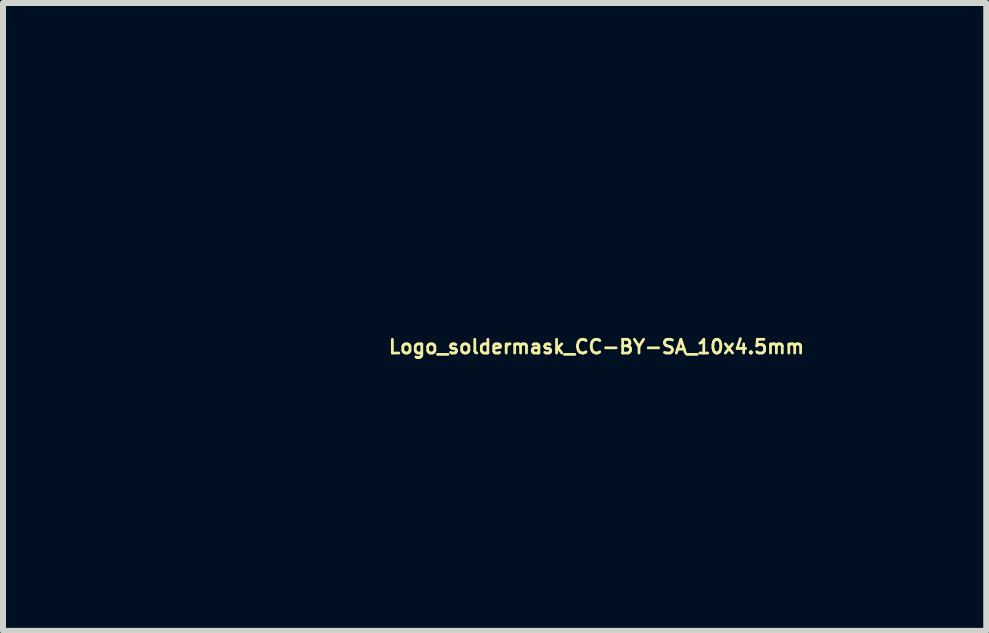
<source format=kicad_pcb>
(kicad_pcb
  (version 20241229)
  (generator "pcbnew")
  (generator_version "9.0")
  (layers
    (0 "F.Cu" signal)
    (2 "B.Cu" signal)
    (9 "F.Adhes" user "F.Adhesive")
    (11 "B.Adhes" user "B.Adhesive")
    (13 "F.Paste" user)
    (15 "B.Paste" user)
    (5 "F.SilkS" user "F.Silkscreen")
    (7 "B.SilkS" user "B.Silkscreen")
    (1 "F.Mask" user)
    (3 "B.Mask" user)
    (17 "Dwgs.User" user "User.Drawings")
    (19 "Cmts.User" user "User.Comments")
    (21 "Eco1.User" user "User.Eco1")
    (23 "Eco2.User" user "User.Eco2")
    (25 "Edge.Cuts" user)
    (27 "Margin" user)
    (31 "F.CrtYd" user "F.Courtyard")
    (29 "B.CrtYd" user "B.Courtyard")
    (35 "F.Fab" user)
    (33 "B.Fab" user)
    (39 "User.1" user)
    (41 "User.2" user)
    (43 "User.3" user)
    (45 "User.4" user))
  (footprint "Logo_soldermask_CC-BY-SA_10x4.5mm"
    (layer "F.Cu")
    (at 4.992 2.231)
    (property "Reference" "Logo_soldermask_CC-BY-SA_10x4.5mm" (at 1.9 0.5 0) (layer "F.SilkS") (effects (font (size 0.229 0.229) (thickness 0.046))))
    (attr through_hole)
    (fp_poly (pts (xy 0.683 -1.25) (xy 0.673 -1.199) (xy 0.645 -1.153) (xy 0.605 -1.115) (xy 0.546 -1.092) (xy 0.541 -1.092) (xy 0.505 -1.092) (xy 0.462 -1.1) (xy 0.452 -1.105) (xy 0.419 -1.115) (xy 0.401 -1.123) (xy 0.399 -1.123) (xy 0.391 -1.133) (xy 0.376 -1.156) (xy 0.371 -1.166) (xy 0.345 -1.227) (xy 0.343 -1.288) (xy 0.361 -1.341) (xy 0.396 -1.387) (xy 0.447 -1.42) (xy 0.508 -1.433) (xy 0.518 -1.433) (xy 0.579 -1.422) (xy 0.627 -1.392) (xy 0.66 -1.351) (xy 0.678 -1.303) (xy 0.683 -1.25)) (stroke (width 0.003) (type solid)) (fill yes) (layer "F.Mask"))
    (fp_poly (pts (xy 1.123 1.25) (xy 0.988 1.473) (xy 0.853 1.697) (xy 0.853 1.824) (xy 0.853 1.953) (xy 0.777 1.953) (xy 0.701 1.953) (xy 0.701 1.819) (xy 0.701 1.681) (xy 0.577 1.476) (xy 0.538 1.41) (xy 0.505 1.351) (xy 0.478 1.306) (xy 0.457 1.275) (xy 0.45 1.26) (xy 0.46 1.255) (xy 0.488 1.252) (xy 0.528 1.25) (xy 0.533 1.25) (xy 0.622 1.25) (xy 0.701 1.387) (xy 0.739 1.448) (xy 0.765 1.486) (xy 0.782 1.506) (xy 0.792 1.504) (xy 0.803 1.486) (xy 0.823 1.453) (xy 0.848 1.407) (xy 0.871 1.372) (xy 0.937 1.257) (xy 1.029 1.252) (xy 1.123 1.25)) (stroke (width 0.003) (type solid)) (fill yes) (layer "F.Mask"))
    (fp_poly (pts (xy 3.843 1.943) (xy 3.833 1.948) (xy 3.8 1.951) (xy 3.762 1.953) (xy 3.68 1.953) (xy 3.658 1.877) (xy 3.635 1.801) (xy 3.586 1.801) (xy 3.586 1.671) (xy 3.546 1.557) (xy 3.531 1.509) (xy 3.513 1.471) (xy 3.503 1.453) (xy 3.5 1.45) (xy 3.49 1.466) (xy 3.477 1.499) (xy 3.462 1.542) (xy 3.447 1.587) (xy 3.432 1.628) (xy 3.424 1.656) (xy 3.421 1.664) (xy 3.434 1.669) (xy 3.465 1.671) (xy 3.503 1.671) (xy 3.586 1.671) (xy 3.586 1.801) (xy 3.503 1.801) (xy 3.373 1.801) (xy 3.345 1.877) (xy 3.317 1.953) (xy 3.236 1.953) (xy 3.157 1.953) (xy 3.289 1.605) (xy 3.419 1.257) (xy 3.505 1.257) (xy 3.589 1.257) (xy 3.716 1.595) (xy 3.749 1.684) (xy 3.78 1.763) (xy 3.805 1.831) (xy 3.823 1.887) (xy 3.838 1.925) (xy 3.843 1.943)) (stroke (width 0.003) (type solid)) (fill yes) (layer "F.Mask"))
    (fp_poly (pts (xy 0.846 -0.907) (xy 0.843 -0.866) (xy 0.843 -0.81) (xy 0.843 -0.742) (xy 0.843 -0.676) (xy 0.841 -0.447) (xy 0.775 -0.442) (xy 0.709 -0.439) (xy 0.704 -0.142) (xy 0.701 0.152) (xy 0.511 0.152) (xy 0.318 0.152) (xy 0.318 -0.147) (xy 0.318 -0.447) (xy 0.264 -0.445) (xy 0.226 -0.445) (xy 0.198 -0.445) (xy 0.193 -0.445) (xy 0.188 -0.452) (xy 0.183 -0.472) (xy 0.18 -0.508) (xy 0.178 -0.564) (xy 0.178 -0.64) (xy 0.178 -0.706) (xy 0.178 -0.795) (xy 0.178 -0.866) (xy 0.18 -0.917) (xy 0.185 -0.95) (xy 0.188 -0.975) (xy 0.196 -0.991) (xy 0.198 -0.993) (xy 0.206 -1.001) (xy 0.213 -1.008) (xy 0.229 -1.013) (xy 0.251 -1.016) (xy 0.284 -1.019) (xy 0.335 -1.021) (xy 0.404 -1.021) (xy 0.495 -1.021) (xy 0.511 -1.021) (xy 0.61 -1.021) (xy 0.688 -1.019) (xy 0.747 -1.016) (xy 0.79 -1.011) (xy 0.818 -1.003) (xy 0.833 -0.991) (xy 0.841 -0.973) (xy 0.843 -0.95) (xy 0.846 -0.925) (xy 0.846 -0.907)) (stroke (width 0.003) (type solid)) (fill yes) (layer "F.Mask"))
    (fp_poly (pts (xy -2.784 0.104) (xy -2.807 0.142) (xy -2.84 0.188) (xy -2.891 0.236) (xy -2.944 0.282) (xy -2.997 0.315) (xy -3.01 0.32) (xy -3.101 0.348) (xy -3.208 0.358) (xy -3.289 0.356) (xy -3.399 0.333) (xy -3.493 0.292) (xy -3.571 0.231) (xy -3.635 0.152) (xy -3.68 0.058) (xy -3.708 -0.046) (xy -3.713 -0.168) (xy -3.711 -0.201) (xy -3.696 -0.312) (xy -3.66 -0.406) (xy -3.607 -0.49) (xy -3.586 -0.516) (xy -3.505 -0.587) (xy -3.409 -0.638) (xy -3.305 -0.665) (xy -3.19 -0.668) (xy -3.139 -0.663) (xy -3.081 -0.65) (xy -3.02 -0.635) (xy -2.979 -0.617) (xy -2.941 -0.594) (xy -2.898 -0.561) (xy -2.857 -0.523) (xy -2.824 -0.488) (xy -2.802 -0.455) (xy -2.797 -0.439) (xy -2.807 -0.424) (xy -2.835 -0.404) (xy -2.878 -0.381) (xy -2.898 -0.368) (xy -3 -0.318) (xy -3.061 -0.381) (xy -3.096 -0.417) (xy -3.122 -0.434) (xy -3.145 -0.445) (xy -3.178 -0.447) (xy -3.195 -0.447) (xy -3.266 -0.434) (xy -3.325 -0.404) (xy -3.373 -0.351) (xy -3.376 -0.343) (xy -3.393 -0.3) (xy -3.404 -0.236) (xy -3.409 -0.168) (xy -3.406 -0.094) (xy -3.399 -0.03) (xy -3.391 0) (xy -3.36 0.061) (xy -3.317 0.104) (xy -3.259 0.127) (xy -3.198 0.132) (xy -3.129 0.127) (xy -3.081 0.107) (xy -3.038 0.066) (xy -3.02 0.041) (xy -3 0.013) (xy -2.985 0) (xy -2.969 0.005) (xy -2.936 0.02) (xy -2.896 0.043) (xy -2.878 0.051) (xy -2.784 0.104)) (stroke (width 0.003) (type solid)) (fill yes) (layer "F.Mask"))
    (fp_poly (pts (xy -1.834 0.102) (xy -1.834 0.117) (xy -1.849 0.145) (xy -1.864 0.168) (xy -1.938 0.249) (xy -2.019 0.305) (xy -2.111 0.343) (xy -2.215 0.358) (xy -2.332 0.356) (xy -2.428 0.338) (xy -2.512 0.302) (xy -2.588 0.249) (xy -2.601 0.236) (xy -2.667 0.157) (xy -2.715 0.066) (xy -2.743 -0.041) (xy -2.746 -0.061) (xy -2.751 -0.18) (xy -2.738 -0.29) (xy -2.705 -0.394) (xy -2.654 -0.483) (xy -2.588 -0.556) (xy -2.507 -0.615) (xy -2.459 -0.638) (xy -2.36 -0.66) (xy -2.253 -0.668) (xy -2.146 -0.658) (xy -2.047 -0.63) (xy -2.035 -0.625) (xy -1.989 -0.599) (xy -1.938 -0.561) (xy -1.892 -0.518) (xy -1.857 -0.478) (xy -1.844 -0.46) (xy -1.836 -0.442) (xy -1.836 -0.429) (xy -1.849 -0.419) (xy -1.875 -0.404) (xy -1.918 -0.381) (xy -1.935 -0.371) (xy -2.042 -0.318) (xy -2.103 -0.381) (xy -2.139 -0.417) (xy -2.162 -0.434) (xy -2.187 -0.445) (xy -2.22 -0.447) (xy -2.235 -0.447) (xy -2.306 -0.437) (xy -2.362 -0.409) (xy -2.405 -0.358) (xy -2.426 -0.325) (xy -2.446 -0.259) (xy -2.456 -0.18) (xy -2.456 -0.097) (xy -2.441 -0.02) (xy -2.428 0.015) (xy -2.39 0.074) (xy -2.339 0.114) (xy -2.278 0.135) (xy -2.212 0.137) (xy -2.149 0.117) (xy -2.093 0.076) (xy -2.065 0.046) (xy -2.045 0.02) (xy -2.04 0.01) (xy -2.032 0.005) (xy -2.014 0.005) (xy -1.984 0.018) (xy -1.938 0.043) (xy -1.895 0.066) (xy -1.857 0.086) (xy -1.836 0.099) (xy -1.834 0.102)) (stroke (width 0.003) (type solid)) (fill yes) (layer "F.Mask"))
    (fp_poly (pts (xy 0.417 1.775) (xy 0.396 1.841) (xy 0.356 1.895) (xy 0.3 1.928) (xy 0.277 1.938) (xy 0.254 1.943) (xy 0.254 1.735) (xy 0.249 1.697) (xy 0.234 1.671) (xy 0.229 1.669) (xy 0.229 1.443) (xy 0.216 1.407) (xy 0.208 1.397) (xy 0.188 1.387) (xy 0.155 1.382) (xy 0.099 1.379) (xy 0.089 1.379) (xy -0.008 1.379) (xy -0.013 1.42) (xy -0.015 1.46) (xy -0.015 1.496) (xy -0.01 1.514) (xy -0.003 1.524) (xy 0.013 1.529) (xy 0.048 1.532) (xy 0.079 1.532) (xy 0.145 1.529) (xy 0.188 1.519) (xy 0.201 1.511) (xy 0.224 1.481) (xy 0.229 1.443) (xy 0.229 1.669) (xy 0.203 1.656) (xy 0.152 1.648) (xy 0.091 1.646) (xy -0.01 1.646) (xy -0.01 1.735) (xy -0.01 1.826) (xy 0.097 1.826) (xy 0.157 1.824) (xy 0.196 1.819) (xy 0.221 1.811) (xy 0.231 1.803) (xy 0.249 1.77) (xy 0.254 1.735) (xy 0.254 1.943) (xy 0.249 1.943) (xy 0.213 1.948) (xy 0.163 1.951) (xy 0.097 1.953) (xy 0.033 1.953) (xy -0.178 1.953) (xy -0.178 1.603) (xy -0.178 1.25) (xy 0.03 1.25) (xy 0.124 1.252) (xy 0.193 1.255) (xy 0.246 1.26) (xy 0.284 1.27) (xy 0.315 1.283) (xy 0.338 1.303) (xy 0.348 1.311) (xy 0.366 1.346) (xy 0.378 1.397) (xy 0.381 1.448) (xy 0.376 1.473) (xy 0.361 1.506) (xy 0.335 1.539) (xy 0.333 1.542) (xy 0.312 1.562) (xy 0.31 1.575) (xy 0.318 1.58) (xy 0.353 1.603) (xy 0.386 1.641) (xy 0.409 1.684) (xy 0.414 1.702) (xy 0.417 1.775)) (stroke (width 0.003) (type solid)) (fill yes) (layer "F.Mask"))
    (fp_poly (pts (xy 3.139 1.775) (xy 3.127 1.824) (xy 3.099 1.869) (xy 3.089 1.882) (xy 3.038 1.923) (xy 2.969 1.953) (xy 2.891 1.968) (xy 2.812 1.971) (xy 2.802 1.968) (xy 2.713 1.948) (xy 2.642 1.91) (xy 2.588 1.859) (xy 2.555 1.793) (xy 2.553 1.786) (xy 2.545 1.748) (xy 2.553 1.725) (xy 2.576 1.712) (xy 2.619 1.712) (xy 2.629 1.712) (xy 2.67 1.717) (xy 2.692 1.725) (xy 2.703 1.74) (xy 2.71 1.76) (xy 2.738 1.806) (xy 2.781 1.834) (xy 2.835 1.849) (xy 2.896 1.844) (xy 2.931 1.831) (xy 2.969 1.808) (xy 2.985 1.781) (xy 2.982 1.745) (xy 2.974 1.727) (xy 2.957 1.709) (xy 2.924 1.694) (xy 2.875 1.674) (xy 2.807 1.654) (xy 2.769 1.641) (xy 2.71 1.621) (xy 2.667 1.603) (xy 2.637 1.582) (xy 2.619 1.565) (xy 2.583 1.506) (xy 2.57 1.45) (xy 2.576 1.392) (xy 2.601 1.341) (xy 2.644 1.295) (xy 2.697 1.26) (xy 2.764 1.237) (xy 2.837 1.229) (xy 2.908 1.237) (xy 2.992 1.26) (xy 3.053 1.298) (xy 3.091 1.349) (xy 3.111 1.412) (xy 3.111 1.415) (xy 3.119 1.468) (xy 3.045 1.468) (xy 3.005 1.466) (xy 2.982 1.46) (xy 2.969 1.45) (xy 2.959 1.427) (xy 2.934 1.389) (xy 2.893 1.364) (xy 2.845 1.354) (xy 2.797 1.359) (xy 2.753 1.382) (xy 2.751 1.384) (xy 2.725 1.412) (xy 2.723 1.433) (xy 2.736 1.458) (xy 2.741 1.466) (xy 2.769 1.483) (xy 2.822 1.506) (xy 2.898 1.529) (xy 2.903 1.529) (xy 2.99 1.557) (xy 3.051 1.585) (xy 3.094 1.615) (xy 3.122 1.656) (xy 3.137 1.704) (xy 3.137 1.714) (xy 3.139 1.775)) (stroke (width 0.003) (type solid)) (fill yes) (layer "F.Mask"))
    (fp_poly (pts (xy 3.922 -0.645) (xy 3.914 -0.523) (xy 3.889 -0.404) (xy 3.848 -0.292) (xy 3.82 -0.249) (xy 3.782 -0.198) (xy 3.741 -0.15) (xy 3.736 -0.145) (xy 3.64 -0.066) (xy 3.531 -0.008) (xy 3.414 0.023) (xy 3.289 0.036) (xy 3.162 0.025) (xy 3.155 0.023) (xy 3.048 -0.008) (xy 2.951 -0.064) (xy 2.873 -0.137) (xy 2.807 -0.231) (xy 2.758 -0.343) (xy 2.741 -0.411) (xy 2.731 -0.447) (xy 2.891 -0.447) (xy 3.051 -0.447) (xy 3.058 -0.394) (xy 3.076 -0.34) (xy 3.109 -0.292) (xy 3.15 -0.257) (xy 3.155 -0.254) (xy 3.183 -0.244) (xy 3.223 -0.234) (xy 3.254 -0.229) (xy 3.34 -0.224) (xy 3.416 -0.244) (xy 3.482 -0.284) (xy 3.536 -0.348) (xy 3.574 -0.432) (xy 3.599 -0.536) (xy 3.607 -0.627) (xy 3.602 -0.721) (xy 3.586 -0.81) (xy 3.559 -0.886) (xy 3.556 -0.894) (xy 3.513 -0.953) (xy 3.454 -0.998) (xy 3.393 -1.021) (xy 3.315 -1.031) (xy 3.236 -1.021) (xy 3.167 -0.993) (xy 3.111 -0.95) (xy 3.078 -0.902) (xy 3.058 -0.859) (xy 3.053 -0.833) (xy 3.063 -0.82) (xy 3.089 -0.815) (xy 3.099 -0.815) (xy 3.147 -0.815) (xy 3.023 -0.691) (xy 2.898 -0.566) (xy 2.774 -0.691) (xy 2.649 -0.815) (xy 2.695 -0.815) (xy 2.733 -0.823) (xy 2.753 -0.843) (xy 2.758 -0.879) (xy 2.764 -0.909) (xy 2.784 -0.955) (xy 2.812 -1.008) (xy 2.842 -1.062) (xy 2.875 -1.107) (xy 2.903 -1.14) (xy 2.987 -1.206) (xy 3.084 -1.255) (xy 3.19 -1.283) (xy 3.305 -1.29) (xy 3.421 -1.28) (xy 3.536 -1.247) (xy 3.602 -1.217) (xy 3.693 -1.158) (xy 3.769 -1.079) (xy 3.833 -0.986) (xy 3.879 -0.879) (xy 3.909 -0.765) (xy 3.922 -0.645)) (stroke (width 0.003) (type solid)) (fill yes) (layer "F.Mask"))
    (fp_poly (pts (xy -1.113 -0.175) (xy -1.113 -0.084) (xy -1.118 0.038) (xy -1.128 0.145) (xy -1.146 0.239) (xy -1.168 0.33) (xy -1.199 0.424) (xy -1.224 0.49) (xy -1.303 0.655) (xy -1.405 0.813) (xy -1.407 0.815) (xy -1.407 -0.175) (xy -1.42 -0.353) (xy -1.458 -0.526) (xy -1.516 -0.693) (xy -1.595 -0.851) (xy -1.697 -0.996) (xy -1.816 -1.13) (xy -1.956 -1.25) (xy -2.113 -1.351) (xy -2.121 -1.356) (xy -2.273 -1.427) (xy -2.438 -1.478) (xy -2.609 -1.506) (xy -2.784 -1.516) (xy -2.957 -1.504) (xy -3.127 -1.471) (xy -3.289 -1.415) (xy -3.393 -1.367) (xy -3.538 -1.275) (xy -3.673 -1.163) (xy -3.797 -1.036) (xy -3.904 -0.897) (xy -3.99 -0.747) (xy -4.059 -0.592) (xy -4.084 -0.503) (xy -4.122 -0.318) (xy -4.133 -0.137) (xy -4.12 0.041) (xy -4.079 0.213) (xy -4.018 0.381) (xy -3.932 0.541) (xy -3.825 0.691) (xy -3.696 0.828) (xy -3.551 0.95) (xy -3.396 1.049) (xy -3.236 1.123) (xy -3.066 1.173) (xy -2.888 1.199) (xy -2.703 1.201) (xy -2.535 1.184) (xy -2.377 1.148) (xy -2.225 1.09) (xy -2.075 1.011) (xy -1.935 0.914) (xy -1.808 0.805) (xy -1.694 0.681) (xy -1.598 0.549) (xy -1.524 0.409) (xy -1.506 0.366) (xy -1.448 0.185) (xy -1.415 0.003) (xy -1.407 -0.175) (xy -1.407 0.815) (xy -1.524 0.958) (xy -1.659 1.09) (xy -1.808 1.206) (xy -1.968 1.308) (xy -2.136 1.389) (xy -2.311 1.45) (xy -2.487 1.488) (xy -2.573 1.499) (xy -2.654 1.506) (xy -2.718 1.509) (xy -2.771 1.511) (xy -2.822 1.511) (xy -2.873 1.509) (xy -2.918 1.506) (xy -3.114 1.478) (xy -3.299 1.43) (xy -3.475 1.356) (xy -3.645 1.262) (xy -3.805 1.143) (xy -3.962 0.998) (xy -3.965 0.993) (xy -4.102 0.838) (xy -4.214 0.678) (xy -4.3 0.511) (xy -4.366 0.335) (xy -4.407 0.147) (xy -4.427 -0.048) (xy -4.432 -0.152) (xy -4.422 -0.335) (xy -4.399 -0.505) (xy -4.359 -0.665) (xy -4.298 -0.823) (xy -4.249 -0.919) (xy -4.145 -1.095) (xy -4.023 -1.252) (xy -3.884 -1.394) (xy -3.729 -1.519) (xy -3.564 -1.623) (xy -3.386 -1.709) (xy -3.2 -1.77) (xy -3.084 -1.796) (xy -3 -1.808) (xy -2.898 -1.814) (xy -2.786 -1.816) (xy -2.675 -1.816) (xy -2.57 -1.808) (xy -2.479 -1.798) (xy -2.459 -1.796) (xy -2.266 -1.748) (xy -2.08 -1.679) (xy -1.905 -1.587) (xy -1.745 -1.476) (xy -1.598 -1.346) (xy -1.466 -1.201) (xy -1.351 -1.041) (xy -1.257 -0.869) (xy -1.184 -0.683) (xy -1.168 -0.638) (xy -1.146 -0.549) (xy -1.13 -0.465) (xy -1.118 -0.378) (xy -1.113 -0.284) (xy -1.113 -0.175)) (stroke (width 0.003) (type solid)) (fill yes) (layer "F.Mask"))
    (fp_poly (pts (xy 1.753 -0.638) (xy 1.742 -0.465) (xy 1.714 -0.307) (xy 1.666 -0.163) (xy 1.598 -0.025) (xy 1.519 0.084) (xy 1.519 -0.638) (xy 1.511 -0.775) (xy 1.491 -0.897) (xy 1.453 -1.013) (xy 1.425 -1.077) (xy 1.351 -1.204) (xy 1.255 -1.321) (xy 1.143 -1.425) (xy 1.019 -1.514) (xy 0.884 -1.58) (xy 0.803 -1.61) (xy 0.762 -1.623) (xy 0.721 -1.631) (xy 0.676 -1.636) (xy 0.622 -1.638) (xy 0.551 -1.641) (xy 0.516 -1.641) (xy 0.437 -1.638) (xy 0.376 -1.638) (xy 0.328 -1.633) (xy 0.287 -1.626) (xy 0.246 -1.615) (xy 0.229 -1.61) (xy 0.081 -1.552) (xy -0.051 -1.471) (xy -0.173 -1.372) (xy -0.279 -1.255) (xy -0.368 -1.123) (xy -0.434 -0.978) (xy -0.462 -0.897) (xy -0.478 -0.815) (xy -0.488 -0.719) (xy -0.49 -0.617) (xy -0.485 -0.518) (xy -0.475 -0.429) (xy -0.467 -0.396) (xy -0.411 -0.246) (xy -0.335 -0.107) (xy -0.239 0.02) (xy -0.124 0.132) (xy -0.056 0.183) (xy 0.076 0.264) (xy 0.221 0.323) (xy 0.373 0.358) (xy 0.531 0.366) (xy 0.66 0.356) (xy 0.777 0.33) (xy 0.897 0.29) (xy 1.008 0.236) (xy 1.036 0.221) (xy 1.077 0.193) (xy 1.128 0.152) (xy 1.184 0.102) (xy 1.237 0.051) (xy 1.295 -0.005) (xy 1.339 -0.056) (xy 1.372 -0.102) (xy 1.4 -0.15) (xy 1.415 -0.178) (xy 1.463 -0.29) (xy 1.496 -0.401) (xy 1.514 -0.516) (xy 1.519 -0.638) (xy 1.519 0.084) (xy 1.509 0.102) (xy 1.41 0.211) (xy 1.273 0.333) (xy 1.13 0.432) (xy 0.978 0.508) (xy 0.818 0.559) (xy 0.815 0.561) (xy 0.739 0.574) (xy 0.65 0.584) (xy 0.554 0.592) (xy 0.46 0.594) (xy 0.378 0.592) (xy 0.325 0.587) (xy 0.157 0.546) (xy -0.003 0.483) (xy -0.152 0.396) (xy -0.295 0.29) (xy -0.356 0.231) (xy -0.475 0.094) (xy -0.572 -0.048) (xy -0.645 -0.206) (xy -0.686 -0.33) (xy -0.699 -0.386) (xy -0.709 -0.439) (xy -0.714 -0.493) (xy -0.716 -0.556) (xy -0.719 -0.63) (xy -0.714 -0.749) (xy -0.706 -0.846) (xy -0.696 -0.902) (xy -0.648 -1.067) (xy -0.577 -1.222) (xy -0.485 -1.364) (xy -0.376 -1.496) (xy -0.251 -1.61) (xy -0.114 -1.707) (xy 0.033 -1.783) (xy 0.193 -1.839) (xy 0.224 -1.847) (xy 0.302 -1.859) (xy 0.399 -1.867) (xy 0.5 -1.869) (xy 0.607 -1.869) (xy 0.706 -1.862) (xy 0.792 -1.849) (xy 0.836 -1.839) (xy 1.001 -1.783) (xy 1.156 -1.702) (xy 1.3 -1.598) (xy 1.43 -1.473) (xy 1.544 -1.331) (xy 1.557 -1.316) (xy 1.631 -1.194) (xy 1.684 -1.074) (xy 1.722 -0.947) (xy 1.745 -0.808) (xy 1.753 -0.653) (xy 1.753 -0.638)) (stroke (width 0.003) (type solid)) (fill yes) (layer "F.Mask"))
    (fp_poly (pts (xy 4.526 -0.61) (xy 4.524 -0.511) (xy 4.516 -0.422) (xy 4.506 -0.351) (xy 4.503 -0.34) (xy 4.45 -0.173) (xy 4.371 -0.018) (xy 4.3 0.084) (xy 4.3 -0.599) (xy 4.3 -0.676) (xy 4.293 -0.78) (xy 4.28 -0.866) (xy 4.262 -0.945) (xy 4.232 -1.024) (xy 4.201 -1.09) (xy 4.122 -1.219) (xy 4.026 -1.336) (xy 3.909 -1.44) (xy 3.782 -1.527) (xy 3.645 -1.59) (xy 3.602 -1.605) (xy 3.513 -1.628) (xy 3.409 -1.641) (xy 3.297 -1.646) (xy 3.188 -1.643) (xy 3.091 -1.631) (xy 3.081 -1.628) (xy 2.934 -1.582) (xy 2.797 -1.514) (xy 2.67 -1.427) (xy 2.558 -1.321) (xy 2.461 -1.196) (xy 2.383 -1.059) (xy 2.334 -0.945) (xy 2.316 -0.894) (xy 2.306 -0.851) (xy 2.299 -0.813) (xy 2.294 -0.77) (xy 2.291 -0.714) (xy 2.291 -0.643) (xy 2.294 -0.533) (xy 2.304 -0.439) (xy 2.324 -0.356) (xy 2.352 -0.274) (xy 2.383 -0.211) (xy 2.443 -0.109) (xy 2.52 -0.008) (xy 2.609 0.084) (xy 2.703 0.168) (xy 2.789 0.226) (xy 2.921 0.292) (xy 3.063 0.335) (xy 3.213 0.361) (xy 3.365 0.363) (xy 3.513 0.343) (xy 3.561 0.33) (xy 3.696 0.282) (xy 3.828 0.211) (xy 3.947 0.124) (xy 4.056 0.02) (xy 4.145 -0.089) (xy 4.214 -0.208) (xy 4.221 -0.224) (xy 4.265 -0.343) (xy 4.29 -0.465) (xy 4.3 -0.599) (xy 4.3 0.084) (xy 4.272 0.124) (xy 4.153 0.254) (xy 4.044 0.345) (xy 3.894 0.442) (xy 3.736 0.516) (xy 3.569 0.566) (xy 3.396 0.592) (xy 3.218 0.594) (xy 3.089 0.579) (xy 2.926 0.541) (xy 2.771 0.48) (xy 2.624 0.394) (xy 2.484 0.287) (xy 2.36 0.16) (xy 2.342 0.14) (xy 2.238 0) (xy 2.159 -0.15) (xy 2.101 -0.31) (xy 2.068 -0.475) (xy 2.057 -0.643) (xy 2.07 -0.813) (xy 2.106 -0.98) (xy 2.167 -1.146) (xy 2.184 -1.181) (xy 2.268 -1.328) (xy 2.375 -1.466) (xy 2.497 -1.585) (xy 2.634 -1.687) (xy 2.781 -1.77) (xy 2.939 -1.829) (xy 2.974 -1.841) (xy 3.02 -1.852) (xy 3.063 -1.859) (xy 3.109 -1.864) (xy 3.165 -1.867) (xy 3.236 -1.869) (xy 3.299 -1.869) (xy 3.388 -1.867) (xy 3.454 -1.864) (xy 3.508 -1.862) (xy 3.553 -1.854) (xy 3.597 -1.847) (xy 3.619 -1.839) (xy 3.724 -1.806) (xy 3.833 -1.758) (xy 3.937 -1.704) (xy 4.016 -1.654) (xy 4.069 -1.61) (xy 4.133 -1.552) (xy 4.199 -1.488) (xy 4.26 -1.422) (xy 4.308 -1.364) (xy 4.326 -1.336) (xy 4.374 -1.26) (xy 4.42 -1.168) (xy 4.46 -1.074) (xy 4.491 -0.983) (xy 4.496 -0.963) (xy 4.511 -0.894) (xy 4.519 -0.808) (xy 4.526 -0.711) (xy 4.526 -0.61)) (stroke (width 0.003) (type solid)) (fill yes) (layer "F.Mask"))
    (fp_poly (pts (xy 5.006 2.233) (xy 4.892 2.233) (xy 4.892 0.892) (xy 4.892 -0.574) (xy 4.892 -2.045) (xy 4.854 -2.083) (xy 4.816 -2.118) (xy 0.005 -2.118) (xy -4.803 -2.118) (xy -4.841 -2.083) (xy -4.879 -2.045) (xy -4.879 -0.574) (xy -4.877 0.892) (xy -4.651 0.894) (xy -4.425 0.894) (xy -4.341 1.024) (xy -4.219 1.191) (xy -4.077 1.344) (xy -3.917 1.481) (xy -3.741 1.6) (xy -3.553 1.699) (xy -3.355 1.778) (xy -3.15 1.834) (xy -2.985 1.862) (xy -2.898 1.869) (xy -2.797 1.872) (xy -2.685 1.869) (xy -2.576 1.862) (xy -2.477 1.849) (xy -2.416 1.839) (xy -2.2 1.783) (xy -1.996 1.704) (xy -1.808 1.608) (xy -1.631 1.486) (xy -1.466 1.341) (xy -1.397 1.273) (xy -1.341 1.212) (xy -1.285 1.14) (xy -1.232 1.069) (xy -1.199 1.024) (xy -1.118 0.894) (xy 1.885 0.894) (xy 4.892 0.892) (xy 4.892 2.233) (xy 4.877 2.233) (xy 4.877 2.131) (xy 4.877 1.57) (xy 4.877 1.008) (xy 1.92 1.008) (xy -1.034 1.008) (xy -1.113 1.125) (xy -1.209 1.262) (xy -1.306 1.382) (xy -1.405 1.481) (xy -1.509 1.57) (xy -1.626 1.648) (xy -1.712 1.699) (xy -1.852 1.77) (xy -1.976 1.829) (xy -2.093 1.877) (xy -2.212 1.915) (xy -2.337 1.946) (xy -2.342 1.946) (xy -2.525 1.981) (xy -2.697 1.996) (xy -2.863 1.996) (xy -3.03 1.979) (xy -3.2 1.946) (xy -3.396 1.887) (xy -3.592 1.806) (xy -3.792 1.697) (xy -3.993 1.565) (xy -4.061 1.516) (xy -4.112 1.473) (xy -4.173 1.415) (xy -4.237 1.349) (xy -4.303 1.28) (xy -4.366 1.206) (xy -4.42 1.14) (xy -4.463 1.082) (xy -4.486 1.046) (xy -4.506 1.008) (xy -4.699 1.008) (xy -4.892 1.008) (xy -4.892 1.57) (xy -4.892 2.131) (xy -0.005 2.131) (xy 4.877 2.131) (xy 4.877 2.233) (xy 0.013 2.233) (xy -4.978 2.233) (xy -4.986 2.052) (xy -4.989 2.014) (xy -4.989 1.956) (xy -4.989 1.875) (xy -4.989 1.775) (xy -4.991 1.659) (xy -4.991 1.527) (xy -4.991 1.379) (xy -4.991 1.219) (xy -4.991 1.049) (xy -4.991 0.869) (xy -4.991 0.681) (xy -4.991 0.488) (xy -4.991 0.29) (xy -4.991 0.089) (xy -4.991 -0.112) (xy -4.991 -0.315) (xy -4.989 -0.516) (xy -4.989 -0.711) (xy -4.989 -0.904) (xy -4.989 -1.09) (xy -4.986 -1.265) (xy -4.986 -1.433) (xy -4.983 -1.587) (xy -4.983 -1.73) (xy -4.983 -1.857) (xy -4.981 -1.966) (xy -4.981 -2.06) (xy -4.978 -2.131) (xy -4.978 -2.184) (xy -4.976 -2.212) (xy -4.976 -2.217) (xy -4.963 -2.217) (xy -4.925 -2.217) (xy -4.864 -2.22) (xy -4.78 -2.22) (xy -4.676 -2.22) (xy -4.549 -2.22) (xy -4.407 -2.223) (xy -4.244 -2.223) (xy -4.064 -2.223) (xy -3.868 -2.223) (xy -3.658 -2.225) (xy -3.434 -2.225) (xy -3.195 -2.225) (xy -2.946 -2.225) (xy -2.687 -2.225) (xy -2.418 -2.228) (xy -2.141 -2.228) (xy -1.854 -2.228) (xy -1.565 -2.228) (xy -1.267 -2.228) (xy -0.965 -2.228) (xy -0.66 -2.23) (xy -0.353 -2.23) (xy -0.043 -2.23) (xy 0.262 -2.23) (xy 0.569 -2.23) (xy 0.874 -2.23) (xy 1.176 -2.23) (xy 1.476 -2.23) (xy 1.768 -2.23) (xy 2.055 -2.23) (xy 2.334 -2.23) (xy 2.606 -2.23) (xy 2.868 -2.23) (xy 3.119 -2.23) (xy 3.358 -2.23) (xy 3.584 -2.23) (xy 3.797 -2.23) (xy 3.995 -2.23) (xy 4.178 -2.23) (xy 4.346 -2.23) (xy 4.493 -2.228) (xy 4.623 -2.228) (xy 4.729 -2.228) (xy 4.818 -2.228) (xy 4.884 -2.225) (xy 4.928 -2.225) (xy 4.945 -2.225) (xy 5.006 -2.217) (xy 5.006 0.008) (xy 5.006 2.233)) (stroke (width 0.003) (type solid)) (fill yes) (layer "F.Mask")))
  (gr_rect
    (start -3 -3)
    (end 13.389 7.465)
    (stroke (width 0.1) (type default))
    (fill no)
    (layer "Edge.Cuts")))
</source>
